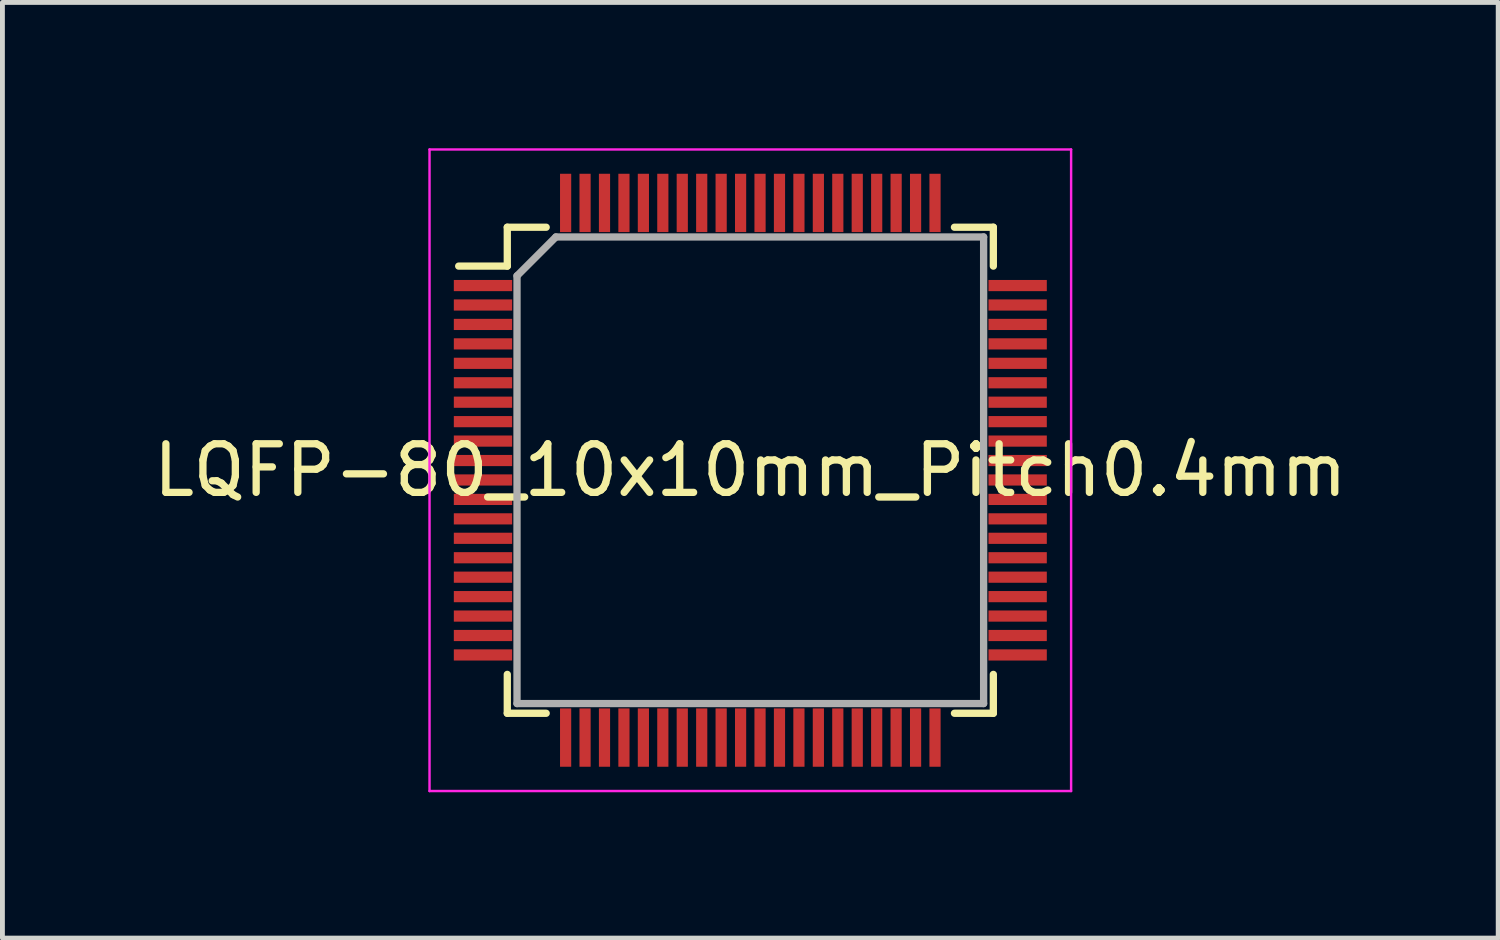
<source format=kicad_pcb>
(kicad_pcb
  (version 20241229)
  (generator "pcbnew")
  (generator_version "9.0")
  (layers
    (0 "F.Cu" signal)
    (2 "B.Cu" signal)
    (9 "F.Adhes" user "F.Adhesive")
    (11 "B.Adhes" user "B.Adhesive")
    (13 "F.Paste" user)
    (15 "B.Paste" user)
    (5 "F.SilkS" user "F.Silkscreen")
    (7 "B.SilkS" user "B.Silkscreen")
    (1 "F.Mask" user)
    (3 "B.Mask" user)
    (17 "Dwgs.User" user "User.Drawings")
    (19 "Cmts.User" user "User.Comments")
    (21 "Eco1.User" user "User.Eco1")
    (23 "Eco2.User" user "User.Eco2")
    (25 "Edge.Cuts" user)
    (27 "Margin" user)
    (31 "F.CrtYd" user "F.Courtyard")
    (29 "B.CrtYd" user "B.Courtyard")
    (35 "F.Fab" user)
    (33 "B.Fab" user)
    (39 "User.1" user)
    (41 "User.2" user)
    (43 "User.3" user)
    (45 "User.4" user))
  (footprint "LQFP-80_10x10mm_Pitch0.4mm"
    (layer "F.Cu")
    (at 12.387 6.625)
    (property "Reference" "LQFP-80_10x10mm_Pitch0.4mm" (at 0 0 0) (layer "F.SilkS") (effects (font (size 1 1) (thickness 0.15))))
    (attr smd)
    (fp_line (start -6 -4.2) (end -5 -4.2) (stroke (width 0.15) (type solid)) (layer "F.SilkS"))
    (fp_line (start -5 -5) (end -4.2 -5) (stroke (width 0.15) (type solid)) (layer "F.SilkS"))
    (fp_line (start -5 -4.2) (end -5 -5) (stroke (width 0.15) (type solid)) (layer "F.SilkS"))
    (fp_line (start -5 5) (end -5 4.2) (stroke (width 0.15) (type solid)) (layer "F.SilkS"))
    (fp_line (start -4.2 5) (end -5 5) (stroke (width 0.15) (type solid)) (layer "F.SilkS"))
    (fp_line (start 4.2 -5) (end 5 -5) (stroke (width 0.15) (type solid)) (layer "F.SilkS"))
    (fp_line (start 4.2 5) (end 5 5) (stroke (width 0.15) (type solid)) (layer "F.SilkS"))
    (fp_line (start 5 -5) (end 5 -4.2) (stroke (width 0.15) (type solid)) (layer "F.SilkS"))
    (fp_line (start 5 5) (end 5 4.2) (stroke (width 0.15) (type solid)) (layer "F.SilkS"))
    (fp_line (start -6.6 -6.6) (end 6.6 -6.6) (stroke (width 0.05) (type solid)) (layer "F.CrtYd"))
    (fp_line (start -6.6 6.6) (end -6.6 -6.6) (stroke (width 0.05) (type solid)) (layer "F.CrtYd"))
    (fp_line (start 6.6 -6.6) (end 6.6 6.6) (stroke (width 0.05) (type solid)) (layer "F.CrtYd"))
    (fp_line (start 6.6 6.6) (end -6.6 6.6) (stroke (width 0.05) (type solid)) (layer "F.CrtYd"))
    (fp_line (start -4.8 -4) (end -4 -4.8) (stroke (width 0.15) (type solid)) (layer "F.Fab"))
    (fp_line (start -4.8 4.8) (end -4.8 -4) (stroke (width 0.15) (type solid)) (layer "F.Fab"))
    (fp_line (start -4 -4.8) (end 4.8 -4.8) (stroke (width 0.15) (type solid)) (layer "F.Fab"))
    (fp_line (start 4.8 -4.8) (end 4.8 4.8) (stroke (width 0.15) (type solid)) (layer "F.Fab"))
    (fp_line (start 4.8 4.8) (end -4.8 4.8) (stroke (width 0.15) (type solid)) (layer "F.Fab"))
    (pad "1" smd rect (at -5.5 -3.8 90) (size 0.23 1.2) (layers "F.Cu" "F.Mask" "F.Paste"))
    (pad "2" smd rect (at -5.5 -3.4 90) (size 0.23 1.2) (layers "F.Cu" "F.Mask" "F.Paste"))
    (pad "3" smd rect (at -5.5 -3 90) (size 0.23 1.2) (layers "F.Cu" "F.Mask" "F.Paste"))
    (pad "4" smd rect (at -5.5 -2.6 90) (size 0.23 1.2) (layers "F.Cu" "F.Mask" "F.Paste"))
    (pad "5" smd rect (at -5.5 -2.2 90) (size 0.23 1.2) (layers "F.Cu" "F.Mask" "F.Paste"))
    (pad "6" smd rect (at -5.5 -1.8 90) (size 0.23 1.2) (layers "F.Cu" "F.Mask" "F.Paste"))
    (pad "7" smd rect (at -5.5 -1.4 90) (size 0.23 1.2) (layers "F.Cu" "F.Mask" "F.Paste"))
    (pad "8" smd rect (at -5.5 -1 90) (size 0.23 1.2) (layers "F.Cu" "F.Mask" "F.Paste"))
    (pad "9" smd rect (at -5.5 -0.6 90) (size 0.23 1.2) (layers "F.Cu" "F.Mask" "F.Paste"))
    (pad "10" smd rect (at -5.5 -0.2 90) (size 0.23 1.2) (layers "F.Cu" "F.Mask" "F.Paste"))
    (pad "11" smd rect (at -5.5 0.2 90) (size 0.23 1.2) (layers "F.Cu" "F.Mask" "F.Paste"))
    (pad "12" smd rect (at -5.5 0.6 90) (size 0.23 1.2) (layers "F.Cu" "F.Mask" "F.Paste"))
    (pad "13" smd rect (at -5.5 1 90) (size 0.23 1.2) (layers "F.Cu" "F.Mask" "F.Paste"))
    (pad "14" smd rect (at -5.5 1.4 90) (size 0.23 1.2) (layers "F.Cu" "F.Mask" "F.Paste"))
    (pad "15" smd rect (at -5.5 1.8 90) (size 0.23 1.2) (layers "F.Cu" "F.Mask" "F.Paste"))
    (pad "16" smd rect (at -5.5 2.2 90) (size 0.23 1.2) (layers "F.Cu" "F.Mask" "F.Paste"))
    (pad "17" smd rect (at -5.5 2.6 90) (size 0.23 1.2) (layers "F.Cu" "F.Mask" "F.Paste"))
    (pad "18" smd rect (at -5.5 3 90) (size 0.23 1.2) (layers "F.Cu" "F.Mask" "F.Paste"))
    (pad "19" smd rect (at -5.5 3.4 90) (size 0.23 1.2) (layers "F.Cu" "F.Mask" "F.Paste"))
    (pad "20" smd rect (at -5.5 3.8 90) (size 0.23 1.2) (layers "F.Cu" "F.Mask" "F.Paste"))
    (pad "21" smd rect (at -3.8 5.5) (size 0.23 1.2) (layers "F.Cu" "F.Mask" "F.Paste"))
    (pad "22" smd rect (at -3.4 5.5) (size 0.23 1.2) (layers "F.Cu" "F.Mask" "F.Paste"))
    (pad "23" smd rect (at -3 5.5) (size 0.23 1.2) (layers "F.Cu" "F.Mask" "F.Paste"))
    (pad "24" smd rect (at -2.6 5.5) (size 0.23 1.2) (layers "F.Cu" "F.Mask" "F.Paste"))
    (pad "25" smd rect (at -2.2 5.5) (size 0.23 1.2) (layers "F.Cu" "F.Mask" "F.Paste"))
    (pad "26" smd rect (at -1.8 5.5) (size 0.23 1.2) (layers "F.Cu" "F.Mask" "F.Paste"))
    (pad "27" smd rect (at -1.4 5.5) (size 0.23 1.2) (layers "F.Cu" "F.Mask" "F.Paste"))
    (pad "28" smd rect (at -1 5.5) (size 0.23 1.2) (layers "F.Cu" "F.Mask" "F.Paste"))
    (pad "29" smd rect (at -0.6 5.5) (size 0.23 1.2) (layers "F.Cu" "F.Mask" "F.Paste"))
    (pad "30" smd rect (at -0.2 5.5) (size 0.23 1.2) (layers "F.Cu" "F.Mask" "F.Paste"))
    (pad "31" smd rect (at 0.2 5.5) (size 0.23 1.2) (layers "F.Cu" "F.Mask" "F.Paste"))
    (pad "32" smd rect (at 0.6 5.5) (size 0.23 1.2) (layers "F.Cu" "F.Mask" "F.Paste"))
    (pad "33" smd rect (at 1 5.5) (size 0.23 1.2) (layers "F.Cu" "F.Mask" "F.Paste"))
    (pad "34" smd rect (at 1.4 5.5) (size 0.23 1.2) (layers "F.Cu" "F.Mask" "F.Paste"))
    (pad "35" smd rect (at 1.8 5.5) (size 0.23 1.2) (layers "F.Cu" "F.Mask" "F.Paste"))
    (pad "36" smd rect (at 2.2 5.5) (size 0.23 1.2) (layers "F.Cu" "F.Mask" "F.Paste"))
    (pad "37" smd rect (at 2.6 5.5) (size 0.23 1.2) (layers "F.Cu" "F.Mask" "F.Paste"))
    (pad "38" smd rect (at 3 5.5) (size 0.23 1.2) (layers "F.Cu" "F.Mask" "F.Paste"))
    (pad "39" smd rect (at 3.4 5.5) (size 0.23 1.2) (layers "F.Cu" "F.Mask" "F.Paste"))
    (pad "40" smd rect (at 3.8 5.5) (size 0.23 1.2) (layers "F.Cu" "F.Mask" "F.Paste"))
    (pad "41" smd rect (at 5.5 3.8 90) (size 0.23 1.2) (layers "F.Cu" "F.Mask" "F.Paste"))
    (pad "42" smd rect (at 5.5 3.4 90) (size 0.23 1.2) (layers "F.Cu" "F.Mask" "F.Paste"))
    (pad "43" smd rect (at 5.5 3 90) (size 0.23 1.2) (layers "F.Cu" "F.Mask" "F.Paste"))
    (pad "44" smd rect (at 5.5 2.6 90) (size 0.23 1.2) (layers "F.Cu" "F.Mask" "F.Paste"))
    (pad "45" smd rect (at 5.5 2.2 90) (size 0.23 1.2) (layers "F.Cu" "F.Mask" "F.Paste"))
    (pad "46" smd rect (at 5.5 1.8 90) (size 0.23 1.2) (layers "F.Cu" "F.Mask" "F.Paste"))
    (pad "47" smd rect (at 5.5 1.4 90) (size 0.23 1.2) (layers "F.Cu" "F.Mask" "F.Paste"))
    (pad "48" smd rect (at 5.5 1 90) (size 0.23 1.2) (layers "F.Cu" "F.Mask" "F.Paste"))
    (pad "49" smd rect (at 5.5 0.6 90) (size 0.23 1.2) (layers "F.Cu" "F.Mask" "F.Paste"))
    (pad "50" smd rect (at 5.5 0.2 90) (size 0.23 1.2) (layers "F.Cu" "F.Mask" "F.Paste"))
    (pad "51" smd rect (at 5.5 -0.2 90) (size 0.23 1.2) (layers "F.Cu" "F.Mask" "F.Paste"))
    (pad "52" smd rect (at 5.5 -0.6 90) (size 0.23 1.2) (layers "F.Cu" "F.Mask" "F.Paste"))
    (pad "53" smd rect (at 5.5 -1 90) (size 0.23 1.2) (layers "F.Cu" "F.Mask" "F.Paste"))
    (pad "54" smd rect (at 5.5 -1.4 90) (size 0.23 1.2) (layers "F.Cu" "F.Mask" "F.Paste"))
    (pad "55" smd rect (at 5.5 -1.8 90) (size 0.23 1.2) (layers "F.Cu" "F.Mask" "F.Paste"))
    (pad "56" smd rect (at 5.5 -2.2 90) (size 0.23 1.2) (layers "F.Cu" "F.Mask" "F.Paste"))
    (pad "57" smd rect (at 5.5 -2.6 90) (size 0.23 1.2) (layers "F.Cu" "F.Mask" "F.Paste"))
    (pad "58" smd rect (at 5.5 -3 90) (size 0.23 1.2) (layers "F.Cu" "F.Mask" "F.Paste"))
    (pad "59" smd rect (at 5.5 -3.4 90) (size 0.23 1.2) (layers "F.Cu" "F.Mask" "F.Paste"))
    (pad "60" smd rect (at 5.5 -3.8 90) (size 0.23 1.2) (layers "F.Cu" "F.Mask" "F.Paste"))
    (pad "61" smd rect (at 3.8 -5.5) (size 0.23 1.2) (layers "F.Cu" "F.Mask" "F.Paste"))
    (pad "62" smd rect (at 3.4 -5.5) (size 0.23 1.2) (layers "F.Cu" "F.Mask" "F.Paste"))
    (pad "63" smd rect (at 3 -5.5) (size 0.23 1.2) (layers "F.Cu" "F.Mask" "F.Paste"))
    (pad "64" smd rect (at 2.6 -5.5) (size 0.23 1.2) (layers "F.Cu" "F.Mask" "F.Paste"))
    (pad "65" smd rect (at 2.2 -5.5) (size 0.23 1.2) (layers "F.Cu" "F.Mask" "F.Paste"))
    (pad "66" smd rect (at 1.8 -5.5) (size 0.23 1.2) (layers "F.Cu" "F.Mask" "F.Paste"))
    (pad "67" smd rect (at 1.4 -5.5) (size 0.23 1.2) (layers "F.Cu" "F.Mask" "F.Paste"))
    (pad "68" smd rect (at 1 -5.5) (size 0.23 1.2) (layers "F.Cu" "F.Mask" "F.Paste"))
    (pad "69" smd rect (at 0.6 -5.5) (size 0.23 1.2) (layers "F.Cu" "F.Mask" "F.Paste"))
    (pad "70" smd rect (at 0.2 -5.5) (size 0.23 1.2) (layers "F.Cu" "F.Mask" "F.Paste"))
    (pad "71" smd rect (at -0.2 -5.5) (size 0.23 1.2) (layers "F.Cu" "F.Mask" "F.Paste"))
    (pad "72" smd rect (at -0.6 -5.5) (size 0.23 1.2) (layers "F.Cu" "F.Mask" "F.Paste"))
    (pad "73" smd rect (at -1 -5.5) (size 0.23 1.2) (layers "F.Cu" "F.Mask" "F.Paste"))
    (pad "74" smd rect (at -1.4 -5.5) (size 0.23 1.2) (layers "F.Cu" "F.Mask" "F.Paste"))
    (pad "75" smd rect (at -1.8 -5.5) (size 0.23 1.2) (layers "F.Cu" "F.Mask" "F.Paste"))
    (pad "76" smd rect (at -2.2 -5.5) (size 0.23 1.2) (layers "F.Cu" "F.Mask" "F.Paste"))
    (pad "77" smd rect (at -2.6 -5.5) (size 0.23 1.2) (layers "F.Cu" "F.Mask" "F.Paste"))
    (pad "78" smd rect (at -3 -5.5) (size 0.23 1.2) (layers "F.Cu" "F.Mask" "F.Paste"))
    (pad "79" smd rect (at -3.4 -5.5) (size 0.23 1.2) (layers "F.Cu" "F.Mask" "F.Paste"))
    (pad "80" smd rect (at -3.8 -5.5) (size 0.23 1.2) (layers "F.Cu" "F.Mask" "F.Paste")))
  (gr_rect
    (start -3 -3)
    (end 27.774 16.25)
    (stroke (width 0.1) (type default))
    (fill no)
    (layer "Edge.Cuts")))
</source>
